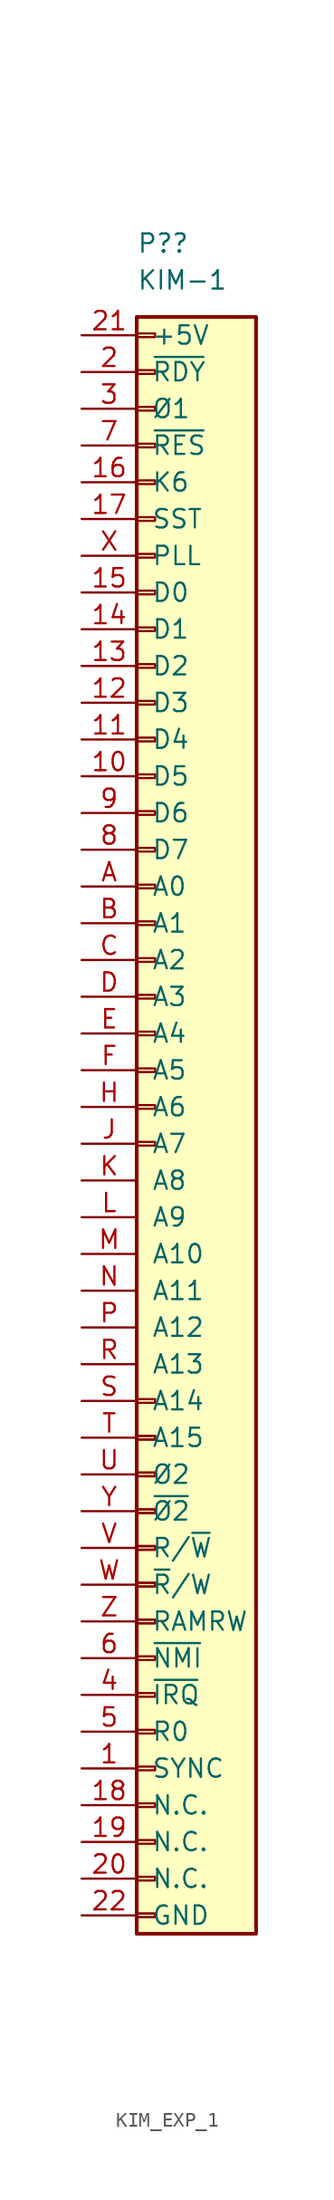
<source format=kicad_sym>
(kicad_symbol_lib
  (version 20220914)
  (generator kicad_symbol_editor)
  (symbol "KIM_EXP_1"
    (pin_names
      (offset 1.016))
    (property "Reference" "P?"
      (at -1.27 59.69 0)
      (effects (font (size 1.27 1.27)) (justify left)))
    (property "Value" "KIM-1"
      (at -1.27 57.15 0)
      (effects (font (size 1.27 1.27)) (justify left)))
    (symbol "KIM_EXP_1_1_1"
      (rectangle (start -1.27 -55.753) (end 0 -56.007) (stroke (width 0.152) (type default)) (fill (type none)))
      (rectangle (start -1.27 -53.213) (end 0 -53.467) (stroke (width 0.152) (type default)) (fill (type none)))
      (rectangle (start -1.27 -50.673) (end 0 -50.927) (stroke (width 0.152) (type default)) (fill (type none)))
      (rectangle (start -1.27 -48.133) (end 0 -48.387) (stroke (width 0.152) (type default)) (fill (type none)))
      (rectangle (start -1.27 -45.593) (end 0 -45.847) (stroke (width 0.152) (type default)) (fill (type none)))
      (rectangle (start -1.27 7.747) (end 0 7.493) (stroke (width 0.152) (type default)) (fill (type none)))
      (rectangle (start -1.27 10.287) (end 0 10.033) (stroke (width 0.152) (type default)) (fill (type none)))
      (rectangle (start -1.27 12.827) (end 0 12.573) (stroke (width 0.152) (type default)) (fill (type none)))
      (rectangle (start -1.27 15.367) (end 0 15.113) (stroke (width 0.152) (type default)) (fill (type none)))
      (rectangle (start -1.27 17.907) (end 0 17.653) (stroke (width 0.152) (type default)) (fill (type none)))
      (rectangle (start -1.27 20.447) (end 0 20.193) (stroke (width 0.152) (type default)) (fill (type none)))
      (rectangle (start -1.27 22.987) (end 0 22.733) (stroke (width 0.152) (type default)) (fill (type none)))
      (rectangle (start -1.27 25.527) (end 0 25.273) (stroke (width 0.152) (type default)) (fill (type none)))
      (rectangle (start -1.27 28.067) (end 0 27.813) (stroke (width 0.152) (type default)) (fill (type none)))
      (rectangle (start -1.27 30.607) (end 0 30.353) (stroke (width 0.152) (type default)) (fill (type none)))
      (rectangle (start -1.27 33.147) (end 0 32.893) (stroke (width 0.152) (type default)) (fill (type none)))
      (rectangle (start -1.27 35.687) (end 0 35.433) (stroke (width 0.152) (type default)) (fill (type none)))
      (rectangle (start -1.27 38.227) (end 0 37.973) (stroke (width 0.152) (type default)) (fill (type none)))
      (rectangle (start -1.27 40.767) (end 0 40.513) (stroke (width 0.152) (type default)) (fill (type none)))
      (rectangle (start -1.27 43.307) (end 0 43.053) (stroke (width 0.152) (type default)) (fill (type none)))
      (rectangle (start -1.27 45.847) (end 0 45.593) (stroke (width 0.152) (type default)) (fill (type none)))
      (rectangle (start -1.27 48.387) (end 0 48.133) (stroke (width 0.152) (type default)) (fill (type none)))
      (rectangle (start -1.27 50.927) (end 0 50.673) (stroke (width 0.152) (type default)) (fill (type none)))
      (rectangle (start -1.27 53.467) (end 0 53.213) (stroke (width 0.152) (type default)) (fill (type none)))
      (rectangle (start -1.27 54.61) (end 6.985 -57.15) (stroke (width 0.254) (type default)) (fill (type background)))
      (rectangle (start 0 -56.007) (end -1.27 -55.753) (stroke (width 0.152) (type default)) (fill (type none)))
      (rectangle (start 0 -43.307) (end -1.27 -43.053) (stroke (width 0.152) (type default)) (fill (type none)))
      (rectangle (start 0 -40.767) (end -1.27 -40.513) (stroke (width 0.152) (type default)) (fill (type none)))
      (rectangle (start 0 -38.227) (end -1.27 -37.973) (stroke (width 0.152) (type default)) (fill (type none)))
      (rectangle (start 0 -35.687) (end -1.27 -35.433) (stroke (width 0.152) (type default)) (fill (type none)))
      (rectangle (start 0 -35.687) (end -1.27 -35.433) (stroke (width 0.152) (type default)) (fill (type none)))
      (rectangle (start 0 -33.147) (end -1.27 -32.893) (stroke (width 0.152) (type default)) (fill (type none)))
      (rectangle (start 0 -33.147) (end -1.27 -32.893) (stroke (width 0.152) (type default)) (fill (type none)))
      (rectangle (start 0 -30.607) (end -1.27 -30.353) (stroke (width 0.152) (type default)) (fill (type none)))
      (rectangle (start 0 -30.607) (end -1.27 -30.353) (stroke (width 0.152) (type default)) (fill (type none)))
      (rectangle (start 0 -28.067) (end -1.27 -27.813) (stroke (width 0.152) (type default)) (fill (type none)))
      (rectangle (start 0 -28.067) (end -1.27 -27.813) (stroke (width 0.152) (type default)) (fill (type none)))
      (rectangle (start 0 -25.527) (end -1.27 -25.273) (stroke (width 0.152) (type default)) (fill (type none)))
      (rectangle (start 0 -25.527) (end -1.27 -25.273) (stroke (width 0.152) (type default)) (fill (type none)))
      (rectangle (start 0 -22.987) (end -1.27 -22.733) (stroke (width 0.152) (type default)) (fill (type none)))
      (rectangle (start 0 -22.987) (end -1.27 -22.733) (stroke (width 0.152) (type default)) (fill (type none)))
      (rectangle (start 0 -20.447) (end -1.27 -20.193) (stroke (width 0.152) (type default)) (fill (type none)))
      (rectangle (start 0 -2.667) (end -1.27 -2.413) (stroke (width 0.152) (type default)) (fill (type none)))
      (rectangle (start 0 -0.127) (end -1.27 0.127) (stroke (width 0.152) (type default)) (fill (type none)))
      (rectangle (start 0 2.413) (end -1.27 2.667) (stroke (width 0.152) (type default)) (fill (type none)))
      (rectangle (start 0 4.953) (end -1.27 5.207) (stroke (width 0.152) (type default)) (fill (type none)))
      (pin passive line (at -5.08 -45.72 0) (length 3.81) (name "SYNC" (effects (font (size 1.27 1.27)))) (number "1" (effects (font (size 1.27 1.27)))))
      (pin passive line (at -5.08 22.86 0) (length 3.81) (name "D5" (effects (font (size 1.27 1.27)))) (number "10" (effects (font (size 1.27 1.27)))))
      (pin passive line (at -5.08 25.4 0) (length 3.81) (name "D4" (effects (font (size 1.27 1.27)))) (number "11" (effects (font (size 1.27 1.27)))))
      (pin passive line (at -5.08 27.94 0) (length 3.81) (name "D3" (effects (font (size 1.27 1.27)))) (number "12" (effects (font (size 1.27 1.27)))))
      (pin passive line (at -5.08 30.48 0) (length 3.81) (name "D2" (effects (font (size 1.27 1.27)))) (number "13" (effects (font (size 1.27 1.27)))))
      (pin passive line (at -5.08 33.02 0) (length 3.81) (name "D1" (effects (font (size 1.27 1.27)))) (number "14" (effects (font (size 1.27 1.27)))))
      (pin passive line (at -5.08 35.56 0) (length 3.81) (name "D0" (effects (font (size 1.27 1.27)))) (number "15" (effects (font (size 1.27 1.27)))))
      (pin passive line (at -5.08 43.18 0) (length 3.81) (name "K6" (effects (font (size 1.27 1.27)))) (number "16" (effects (font (size 1.27 1.27)))))
      (pin passive line (at -5.08 40.64 0) (length 3.81) (name "SST" (effects (font (size 1.27 1.27)))) (number "17" (effects (font (size 1.27 1.27)))))
      (pin passive line (at -5.08 -48.26 0) (length 3.81) (name "N.C." (effects (font (size 1.27 1.27)))) (number "18" (effects (font (size 1.27 1.27)))))
      (pin passive line (at -5.08 -50.8 0) (length 3.81) (name "N.C." (effects (font (size 1.27 1.27)))) (number "19" (effects (font (size 1.27 1.27)))))
      (pin passive line (at -5.08 50.8 0) (length 3.81) (name "~{RDY}" (effects (font (size 1.27 1.27)))) (number "2" (effects (font (size 1.27 1.27)))))
      (pin passive line (at -5.08 -53.34 0) (length 3.81) (name "N.C." (effects (font (size 1.27 1.27)))) (number "20" (effects (font (size 1.27 1.27)))))
      (pin passive line (at -5.08 53.34 0) (length 3.81) (name "+5V" (effects (font (size 1.27 1.27)))) (number "21" (effects (font (size 1.27 1.27)))))
      (pin passive line (at -5.08 -55.88 0) (length 3.81) (name "GND" (effects (font (size 1.27 1.27)))) (number "22" (effects (font (size 1.27 1.27)))))
      (pin passive line (at -5.08 48.26 0) (length 3.81) (name "Ø1" (effects (font (size 1.27 1.27)))) (number "3" (effects (font (size 1.27 1.27)))))
      (pin passive line (at -5.08 -40.64 0) (length 3.81) (name "~{IRQ}" (effects (font (size 1.27 1.27)))) (number "4" (effects (font (size 1.27 1.27)))))
      (pin passive line (at -5.08 -43.18 0) (length 3.81) (name "R0" (effects (font (size 1.27 1.27)))) (number "5" (effects (font (size 1.27 1.27)))))
      (pin passive line (at -5.08 -38.1 0) (length 3.81) (name "~{NMI}" (effects (font (size 1.27 1.27)))) (number "6" (effects (font (size 1.27 1.27)))))
      (pin passive line (at -5.08 45.72 0) (length 3.81) (name "~{RES}" (effects (font (size 1.27 1.27)))) (number "7" (effects (font (size 1.27 1.27)))))
      (pin passive line (at -5.08 17.78 0) (length 3.81) (name "D7" (effects (font (size 1.27 1.27)))) (number "8" (effects (font (size 1.27 1.27)))))
      (pin passive line (at -5.08 20.32 0) (length 3.81) (name "D6" (effects (font (size 1.27 1.27)))) (number "9" (effects (font (size 1.27 1.27)))))
      (pin passive line (at -5.08 15.24 0) (length 3.81) (name "A0" (effects (font (size 1.27 1.27)))) (number "A" (effects (font (size 1.27 1.27)))))
      (pin passive line (at -5.08 12.7 0) (length 3.81) (name "A1" (effects (font (size 1.27 1.27)))) (number "B" (effects (font (size 1.27 1.27)))))
      (pin passive line (at -5.08 10.16 0) (length 3.81) (name "A2" (effects (font (size 1.27 1.27)))) (number "C" (effects (font (size 1.27 1.27)))))
      (pin passive line (at -5.08 7.62 0) (length 3.81) (name "A3" (effects (font (size 1.27 1.27)))) (number "D" (effects (font (size 1.27 1.27)))))
      (pin passive line (at -5.08 5.08 0) (length 3.81) (name "A4" (effects (font (size 1.27 1.27)))) (number "E" (effects (font (size 1.27 1.27)))))
      (pin passive line (at -5.08 2.54 0) (length 3.81) (name "A5" (effects (font (size 1.27 1.27)))) (number "F" (effects (font (size 1.27 1.27)))))
      (pin passive line (at -5.08 0 0) (length 3.81) (name "A6" (effects (font (size 1.27 1.27)))) (number "H" (effects (font (size 1.27 1.27)))))
      (pin passive line (at -5.08 -2.54 0) (length 3.81) (name "A7" (effects (font (size 1.27 1.27)))) (number "J" (effects (font (size 1.27 1.27)))))
      (pin passive line (at -5.08 -5.08 0) (length 3.81) (name "A8" (effects (font (size 1.27 1.27)))) (number "K" (effects (font (size 1.27 1.27)))))
      (pin passive line (at -5.08 -7.62 0) (length 3.81) (name "A9" (effects (font (size 1.27 1.27)))) (number "L" (effects (font (size 1.27 1.27)))))
      (pin passive line (at -5.08 -10.16 0) (length 3.81) (name "A10" (effects (font (size 1.27 1.27)))) (number "M" (effects (font (size 1.27 1.27)))))
      (pin passive line (at -5.08 -12.7 0) (length 3.81) (name "A11" (effects (font (size 1.27 1.27)))) (number "N" (effects (font (size 1.27 1.27)))))
      (pin passive line (at -5.08 -15.24 0) (length 3.81) (name "A12" (effects (font (size 1.27 1.27)))) (number "P" (effects (font (size 1.27 1.27)))))
      (pin passive line (at -5.08 -17.78 0) (length 3.81) (name "A13" (effects (font (size 1.27 1.27)))) (number "R" (effects (font (size 1.27 1.27)))))
      (pin passive line (at -5.08 -20.32 0) (length 3.81) (name "A14" (effects (font (size 1.27 1.27)))) (number "S" (effects (font (size 1.27 1.27)))))
      (pin passive line (at -5.08 -22.86 0) (length 3.81) (name "A15" (effects (font (size 1.27 1.27)))) (number "T" (effects (font (size 1.27 1.27)))))
      (pin passive line (at -5.08 -25.4 0) (length 3.81) (name "Ø2" (effects (font (size 1.27 1.27)))) (number "U" (effects (font (size 1.27 1.27)))))
      (pin passive line (at -5.08 -30.48 0) (length 3.81) (name "R/~{W}" (effects (font (size 1.27 1.27)))) (number "V" (effects (font (size 1.27 1.27)))))
      (pin passive line (at -5.08 -33.02 0) (length 3.81) (name "~{R}/W" (effects (font (size 1.27 1.27)))) (number "W" (effects (font (size 1.27 1.27)))))
      (pin passive line (at -5.08 38.1 0) (length 3.81) (name "PLL" (effects (font (size 1.27 1.27)))) (number "X" (effects (font (size 1.27 1.27)))))
      (pin passive line (at -5.08 -27.94 0) (length 3.81) (name "~{Ø2}" (effects (font (size 1.27 1.27)))) (number "Y" (effects (font (size 1.27 1.27)))))
      (pin passive line (at -5.08 -35.56 0) (length 3.81) (name "RAMRW" (effects (font (size 1.27 1.27)))) (number "Z" (effects (font (size 1.27 1.27))))))))
</source>
